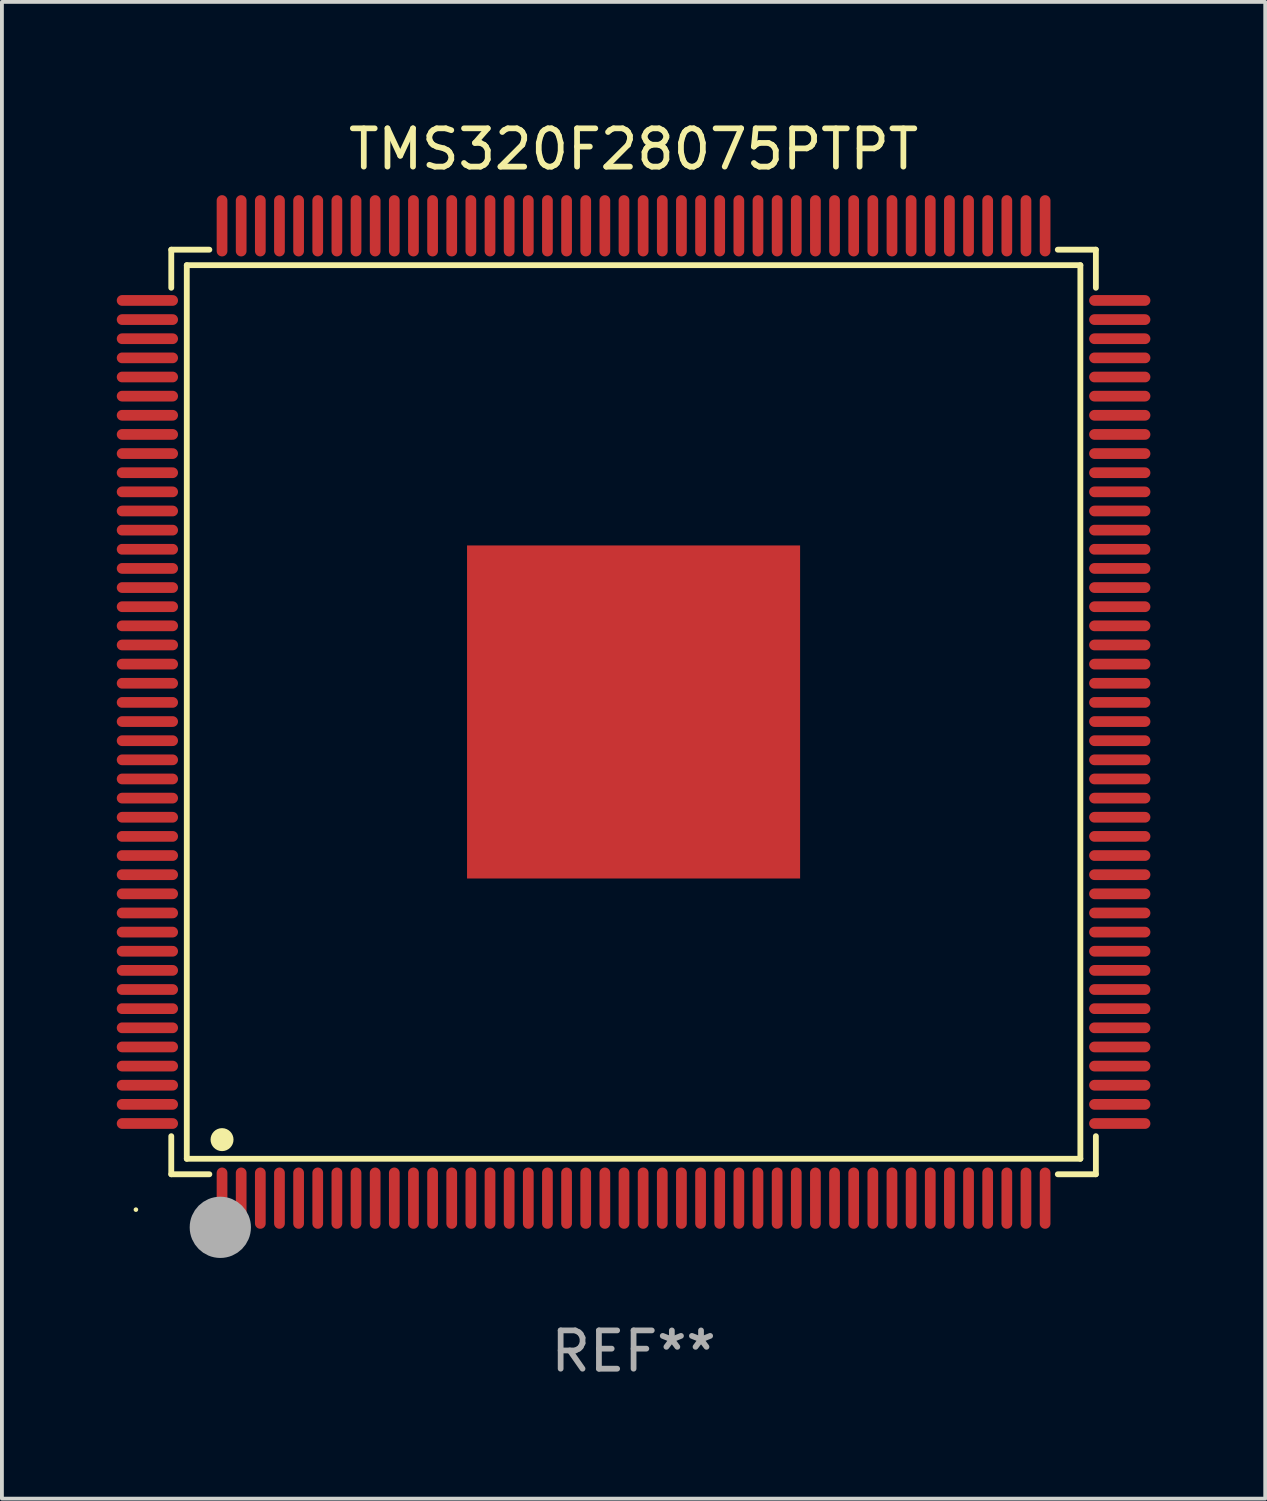
<source format=kicad_pcb>
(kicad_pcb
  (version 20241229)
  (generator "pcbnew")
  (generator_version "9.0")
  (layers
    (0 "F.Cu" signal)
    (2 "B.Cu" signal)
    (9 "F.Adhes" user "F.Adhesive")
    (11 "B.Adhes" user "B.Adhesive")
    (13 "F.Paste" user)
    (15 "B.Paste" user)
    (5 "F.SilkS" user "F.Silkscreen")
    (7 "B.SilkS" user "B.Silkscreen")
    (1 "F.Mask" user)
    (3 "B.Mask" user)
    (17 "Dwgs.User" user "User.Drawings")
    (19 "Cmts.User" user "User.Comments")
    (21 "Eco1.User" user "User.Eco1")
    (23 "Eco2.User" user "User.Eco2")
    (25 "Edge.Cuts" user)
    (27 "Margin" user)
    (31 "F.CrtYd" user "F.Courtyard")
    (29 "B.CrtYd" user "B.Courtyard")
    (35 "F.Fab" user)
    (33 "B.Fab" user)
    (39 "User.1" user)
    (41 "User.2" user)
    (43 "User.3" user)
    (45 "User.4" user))
  (footprint "TMS320F28075PTPT"
    (layer "F.Cu")
    (at 13.5 15.548)
    (property "Reference" "TMS320F28075PTPT" (at 0 -14.7 0) (layer "F.SilkS") (effects (font (size 1 1) (thickness 0.15))))
    (attr through_hole)
    (fp_line (start -12.076 -12.076) (end -11.081 -12.076) (stroke (width 0.152) (type solid)) (layer "F.SilkS"))
    (fp_line (start -12.076 -11.081) (end -12.076 -12.076) (stroke (width 0.152) (type solid)) (layer "F.SilkS"))
    (fp_line (start -12.076 11.081) (end -12.076 12.076) (stroke (width 0.152) (type solid)) (layer "F.SilkS"))
    (fp_line (start -12.076 12.076) (end -11.081 12.076) (stroke (width 0.152) (type solid)) (layer "F.SilkS"))
    (fp_line (start -11.671 -11.671) (end 11.671 -11.671) (stroke (width 0.152) (type solid)) (layer "F.SilkS"))
    (fp_line (start -11.671 11.671) (end -11.671 -11.671) (stroke (width 0.152) (type solid)) (layer "F.SilkS"))
    (fp_line (start 11.671 -11.671) (end 11.671 11.671) (stroke (width 0.152) (type solid)) (layer "F.SilkS"))
    (fp_line (start 11.671 11.671) (end -11.671 11.671) (stroke (width 0.152) (type solid)) (layer "F.SilkS"))
    (fp_line (start 12.076 -12.076) (end 11.081 -12.076) (stroke (width 0.152) (type solid)) (layer "F.SilkS"))
    (fp_line (start 12.076 -11.081) (end 12.076 -12.076) (stroke (width 0.152) (type solid)) (layer "F.SilkS"))
    (fp_line (start 12.076 11.081) (end 12.076 12.076) (stroke (width 0.152) (type solid)) (layer "F.SilkS"))
    (fp_line (start 12.076 12.076) (end 11.081 12.076) (stroke (width 0.152) (type solid)) (layer "F.SilkS"))
    (fp_circle (center -13 13) (end -12.97 13) (stroke (width 0.06) (type solid)) (fill no) (layer "F.SilkS"))
    (fp_circle (center -10.75 11.171) (end -10.6 11.171) (stroke (width 0.3) (type solid)) (fill no) (layer "F.SilkS"))
    (fp_circle (center -10.75 13.8) (end -10.65 13.8) (stroke (width 0.2) (type solid)) (fill no) (layer "F.SilkS"))
    (fp_circle (center -10.795 13.462) (end -10.395 13.462) (stroke (width 0.8) (type solid)) (fill no) (layer "F.Fab"))
    (fp_text user "REF**" (at 0 16.7 0) (layer "F.Fab") (effects (font (size 1 1) (thickness 0.15))))
    (pad "1" smd oval (at -10.75 12.7) (size 0.28 1.6) (layers "F.Cu" "F.Mask" "F.Paste"))
    (pad "2" smd oval (at -10.25 12.7) (size 0.28 1.6) (layers "F.Cu" "F.Mask" "F.Paste"))
    (pad "3" smd oval (at -9.75 12.7) (size 0.28 1.6) (layers "F.Cu" "F.Mask" "F.Paste"))
    (pad "4" smd oval (at -9.25 12.7) (size 0.28 1.6) (layers "F.Cu" "F.Mask" "F.Paste"))
    (pad "5" smd oval (at -8.75 12.7) (size 0.28 1.6) (layers "F.Cu" "F.Mask" "F.Paste"))
    (pad "6" smd oval (at -8.25 12.7) (size 0.28 1.6) (layers "F.Cu" "F.Mask" "F.Paste"))
    (pad "7" smd oval (at -7.75 12.7) (size 0.28 1.6) (layers "F.Cu" "F.Mask" "F.Paste"))
    (pad "8" smd oval (at -7.25 12.7) (size 0.28 1.6) (layers "F.Cu" "F.Mask" "F.Paste"))
    (pad "9" smd oval (at -6.75 12.7) (size 0.28 1.6) (layers "F.Cu" "F.Mask" "F.Paste"))
    (pad "10" smd oval (at -6.25 12.7) (size 0.28 1.6) (layers "F.Cu" "F.Mask" "F.Paste"))
    (pad "11" smd oval (at -5.75 12.7) (size 0.28 1.6) (layers "F.Cu" "F.Mask" "F.Paste"))
    (pad "12" smd oval (at -5.25 12.7) (size 0.28 1.6) (layers "F.Cu" "F.Mask" "F.Paste"))
    (pad "13" smd oval (at -4.75 12.7) (size 0.28 1.6) (layers "F.Cu" "F.Mask" "F.Paste"))
    (pad "14" smd oval (at -4.25 12.7) (size 0.28 1.6) (layers "F.Cu" "F.Mask" "F.Paste"))
    (pad "15" smd oval (at -3.75 12.7) (size 0.28 1.6) (layers "F.Cu" "F.Mask" "F.Paste"))
    (pad "16" smd oval (at -3.25 12.7) (size 0.28 1.6) (layers "F.Cu" "F.Mask" "F.Paste"))
    (pad "17" smd oval (at -2.75 12.7) (size 0.28 1.6) (layers "F.Cu" "F.Mask" "F.Paste"))
    (pad "18" smd oval (at -2.25 12.7) (size 0.28 1.6) (layers "F.Cu" "F.Mask" "F.Paste"))
    (pad "19" smd oval (at -1.75 12.7) (size 0.28 1.6) (layers "F.Cu" "F.Mask" "F.Paste"))
    (pad "20" smd oval (at -1.25 12.7) (size 0.28 1.6) (layers "F.Cu" "F.Mask" "F.Paste"))
    (pad "21" smd oval (at -0.75 12.7) (size 0.28 1.6) (layers "F.Cu" "F.Mask" "F.Paste"))
    (pad "22" smd oval (at -0.25 12.7) (size 0.28 1.6) (layers "F.Cu" "F.Mask" "F.Paste"))
    (pad "23" smd oval (at 0.25 12.7) (size 0.28 1.6) (layers "F.Cu" "F.Mask" "F.Paste"))
    (pad "24" smd oval (at 0.75 12.7) (size 0.28 1.6) (layers "F.Cu" "F.Mask" "F.Paste"))
    (pad "25" smd oval (at 1.25 12.7) (size 0.28 1.6) (layers "F.Cu" "F.Mask" "F.Paste"))
    (pad "26" smd oval (at 1.75 12.7) (size 0.28 1.6) (layers "F.Cu" "F.Mask" "F.Paste"))
    (pad "27" smd oval (at 2.25 12.7) (size 0.28 1.6) (layers "F.Cu" "F.Mask" "F.Paste"))
    (pad "28" smd oval (at 2.75 12.7) (size 0.28 1.6) (layers "F.Cu" "F.Mask" "F.Paste"))
    (pad "29" smd oval (at 3.25 12.7) (size 0.28 1.6) (layers "F.Cu" "F.Mask" "F.Paste"))
    (pad "30" smd oval (at 3.75 12.7) (size 0.28 1.6) (layers "F.Cu" "F.Mask" "F.Paste"))
    (pad "31" smd oval (at 4.25 12.7) (size 0.28 1.6) (layers "F.Cu" "F.Mask" "F.Paste"))
    (pad "32" smd oval (at 4.75 12.7) (size 0.28 1.6) (layers "F.Cu" "F.Mask" "F.Paste"))
    (pad "33" smd oval (at 5.25 12.7) (size 0.28 1.6) (layers "F.Cu" "F.Mask" "F.Paste"))
    (pad "34" smd oval (at 5.75 12.7) (size 0.28 1.6) (layers "F.Cu" "F.Mask" "F.Paste"))
    (pad "35" smd oval (at 6.25 12.7) (size 0.28 1.6) (layers "F.Cu" "F.Mask" "F.Paste"))
    (pad "36" smd oval (at 6.75 12.7) (size 0.28 1.6) (layers "F.Cu" "F.Mask" "F.Paste"))
    (pad "37" smd oval (at 7.25 12.7) (size 0.28 1.6) (layers "F.Cu" "F.Mask" "F.Paste"))
    (pad "38" smd oval (at 7.75 12.7) (size 0.28 1.6) (layers "F.Cu" "F.Mask" "F.Paste"))
    (pad "39" smd oval (at 8.25 12.7) (size 0.28 1.6) (layers "F.Cu" "F.Mask" "F.Paste"))
    (pad "40" smd oval (at 8.75 12.7) (size 0.28 1.6) (layers "F.Cu" "F.Mask" "F.Paste"))
    (pad "41" smd oval (at 9.25 12.7) (size 0.28 1.6) (layers "F.Cu" "F.Mask" "F.Paste"))
    (pad "42" smd oval (at 9.75 12.7) (size 0.28 1.6) (layers "F.Cu" "F.Mask" "F.Paste"))
    (pad "43" smd oval (at 10.25 12.7) (size 0.28 1.6) (layers "F.Cu" "F.Mask" "F.Paste"))
    (pad "44" smd oval (at 10.75 12.7) (size 0.28 1.6) (layers "F.Cu" "F.Mask" "F.Paste"))
    (pad "45" smd oval (at 12.7 10.75) (size 1.6 0.28) (layers "F.Cu" "F.Mask" "F.Paste"))
    (pad "46" smd oval (at 12.7 10.25) (size 1.6 0.28) (layers "F.Cu" "F.Mask" "F.Paste"))
    (pad "47" smd oval (at 12.7 9.75) (size 1.6 0.28) (layers "F.Cu" "F.Mask" "F.Paste"))
    (pad "48" smd oval (at 12.7 9.25) (size 1.6 0.28) (layers "F.Cu" "F.Mask" "F.Paste"))
    (pad "49" smd oval (at 12.7 8.75) (size 1.6 0.28) (layers "F.Cu" "F.Mask" "F.Paste"))
    (pad "50" smd oval (at 12.7 8.25) (size 1.6 0.28) (layers "F.Cu" "F.Mask" "F.Paste"))
    (pad "51" smd oval (at 12.7 7.75) (size 1.6 0.28) (layers "F.Cu" "F.Mask" "F.Paste"))
    (pad "52" smd oval (at 12.7 7.25) (size 1.6 0.28) (layers "F.Cu" "F.Mask" "F.Paste"))
    (pad "53" smd oval (at 12.7 6.75) (size 1.6 0.28) (layers "F.Cu" "F.Mask" "F.Paste"))
    (pad "54" smd oval (at 12.7 6.25) (size 1.6 0.28) (layers "F.Cu" "F.Mask" "F.Paste"))
    (pad "55" smd oval (at 12.7 5.75) (size 1.6 0.28) (layers "F.Cu" "F.Mask" "F.Paste"))
    (pad "56" smd oval (at 12.7 5.25) (size 1.6 0.28) (layers "F.Cu" "F.Mask" "F.Paste"))
    (pad "57" smd oval (at 12.7 4.75) (size 1.6 0.28) (layers "F.Cu" "F.Mask" "F.Paste"))
    (pad "58" smd oval (at 12.7 4.25) (size 1.6 0.28) (layers "F.Cu" "F.Mask" "F.Paste"))
    (pad "59" smd oval (at 12.7 3.75) (size 1.6 0.28) (layers "F.Cu" "F.Mask" "F.Paste"))
    (pad "60" smd oval (at 12.7 3.25) (size 1.6 0.28) (layers "F.Cu" "F.Mask" "F.Paste"))
    (pad "61" smd oval (at 12.7 2.75) (size 1.6 0.28) (layers "F.Cu" "F.Mask" "F.Paste"))
    (pad "62" smd oval (at 12.7 2.25) (size 1.6 0.28) (layers "F.Cu" "F.Mask" "F.Paste"))
    (pad "63" smd oval (at 12.7 1.75) (size 1.6 0.28) (layers "F.Cu" "F.Mask" "F.Paste"))
    (pad "64" smd oval (at 12.7 1.25) (size 1.6 0.28) (layers "F.Cu" "F.Mask" "F.Paste"))
    (pad "65" smd oval (at 12.7 0.75) (size 1.6 0.28) (layers "F.Cu" "F.Mask" "F.Paste"))
    (pad "66" smd oval (at 12.7 0.25) (size 1.6 0.28) (layers "F.Cu" "F.Mask" "F.Paste"))
    (pad "67" smd oval (at 12.7 -0.25) (size 1.6 0.28) (layers "F.Cu" "F.Mask" "F.Paste"))
    (pad "68" smd oval (at 12.7 -0.75) (size 1.6 0.28) (layers "F.Cu" "F.Mask" "F.Paste"))
    (pad "69" smd oval (at 12.7 -1.25) (size 1.6 0.28) (layers "F.Cu" "F.Mask" "F.Paste"))
    (pad "70" smd oval (at 12.7 -1.75) (size 1.6 0.28) (layers "F.Cu" "F.Mask" "F.Paste"))
    (pad "71" smd oval (at 12.7 -2.25) (size 1.6 0.28) (layers "F.Cu" "F.Mask" "F.Paste"))
    (pad "72" smd oval (at 12.7 -2.75) (size 1.6 0.28) (layers "F.Cu" "F.Mask" "F.Paste"))
    (pad "73" smd oval (at 12.7 -3.25) (size 1.6 0.28) (layers "F.Cu" "F.Mask" "F.Paste"))
    (pad "74" smd oval (at 12.7 -3.75) (size 1.6 0.28) (layers "F.Cu" "F.Mask" "F.Paste"))
    (pad "75" smd oval (at 12.7 -4.25) (size 1.6 0.28) (layers "F.Cu" "F.Mask" "F.Paste"))
    (pad "76" smd oval (at 12.7 -4.75) (size 1.6 0.28) (layers "F.Cu" "F.Mask" "F.Paste"))
    (pad "77" smd oval (at 12.7 -5.25) (size 1.6 0.28) (layers "F.Cu" "F.Mask" "F.Paste"))
    (pad "78" smd oval (at 12.7 -5.75) (size 1.6 0.28) (layers "F.Cu" "F.Mask" "F.Paste"))
    (pad "79" smd oval (at 12.7 -6.25) (size 1.6 0.28) (layers "F.Cu" "F.Mask" "F.Paste"))
    (pad "80" smd oval (at 12.7 -6.75) (size 1.6 0.28) (layers "F.Cu" "F.Mask" "F.Paste"))
    (pad "81" smd oval (at 12.7 -7.25) (size 1.6 0.28) (layers "F.Cu" "F.Mask" "F.Paste"))
    (pad "82" smd oval (at 12.7 -7.75) (size 1.6 0.28) (layers "F.Cu" "F.Mask" "F.Paste"))
    (pad "83" smd oval (at 12.7 -8.25) (size 1.6 0.28) (layers "F.Cu" "F.Mask" "F.Paste"))
    (pad "84" smd oval (at 12.7 -8.75) (size 1.6 0.28) (layers "F.Cu" "F.Mask" "F.Paste"))
    (pad "85" smd oval (at 12.7 -9.25) (size 1.6 0.28) (layers "F.Cu" "F.Mask" "F.Paste"))
    (pad "86" smd oval (at 12.7 -9.75) (size 1.6 0.28) (layers "F.Cu" "F.Mask" "F.Paste"))
    (pad "87" smd oval (at 12.7 -10.25) (size 1.6 0.28) (layers "F.Cu" "F.Mask" "F.Paste"))
    (pad "88" smd oval (at 12.7 -10.75) (size 1.6 0.28) (layers "F.Cu" "F.Mask" "F.Paste"))
    (pad "89" smd oval (at 10.75 -12.7) (size 0.28 1.6) (layers "F.Cu" "F.Mask" "F.Paste"))
    (pad "90" smd oval (at 10.25 -12.7) (size 0.28 1.6) (layers "F.Cu" "F.Mask" "F.Paste"))
    (pad "91" smd oval (at 9.75 -12.7) (size 0.28 1.6) (layers "F.Cu" "F.Mask" "F.Paste"))
    (pad "92" smd oval (at 9.25 -12.7) (size 0.28 1.6) (layers "F.Cu" "F.Mask" "F.Paste"))
    (pad "93" smd oval (at 8.75 -12.7) (size 0.28 1.6) (layers "F.Cu" "F.Mask" "F.Paste"))
    (pad "94" smd oval (at 8.25 -12.7) (size 0.28 1.6) (layers "F.Cu" "F.Mask" "F.Paste"))
    (pad "95" smd oval (at 7.75 -12.7) (size 0.28 1.6) (layers "F.Cu" "F.Mask" "F.Paste"))
    (pad "96" smd oval (at 7.25 -12.7) (size 0.28 1.6) (layers "F.Cu" "F.Mask" "F.Paste"))
    (pad "97" smd oval (at 6.75 -12.7) (size 0.28 1.6) (layers "F.Cu" "F.Mask" "F.Paste"))
    (pad "98" smd oval (at 6.25 -12.7) (size 0.28 1.6) (layers "F.Cu" "F.Mask" "F.Paste"))
    (pad "99" smd oval (at 5.75 -12.7) (size 0.28 1.6) (layers "F.Cu" "F.Mask" "F.Paste"))
    (pad "100" smd oval (at 5.25 -12.7) (size 0.28 1.6) (layers "F.Cu" "F.Mask" "F.Paste"))
    (pad "101" smd oval (at 4.75 -12.7) (size 0.28 1.6) (layers "F.Cu" "F.Mask" "F.Paste"))
    (pad "102" smd oval (at 4.25 -12.7) (size 0.28 1.6) (layers "F.Cu" "F.Mask" "F.Paste"))
    (pad "103" smd oval (at 3.75 -12.7) (size 0.28 1.6) (layers "F.Cu" "F.Mask" "F.Paste"))
    (pad "104" smd oval (at 3.25 -12.7) (size 0.28 1.6) (layers "F.Cu" "F.Mask" "F.Paste"))
    (pad "105" smd oval (at 2.75 -12.7) (size 0.28 1.6) (layers "F.Cu" "F.Mask" "F.Paste"))
    (pad "106" smd oval (at 2.25 -12.7) (size 0.28 1.6) (layers "F.Cu" "F.Mask" "F.Paste"))
    (pad "107" smd oval (at 1.75 -12.7) (size 0.28 1.6) (layers "F.Cu" "F.Mask" "F.Paste"))
    (pad "108" smd oval (at 1.25 -12.7) (size 0.28 1.6) (layers "F.Cu" "F.Mask" "F.Paste"))
    (pad "109" smd oval (at 0.75 -12.7) (size 0.28 1.6) (layers "F.Cu" "F.Mask" "F.Paste"))
    (pad "110" smd oval (at 0.25 -12.7) (size 0.28 1.6) (layers "F.Cu" "F.Mask" "F.Paste"))
    (pad "111" smd oval (at -0.25 -12.7) (size 0.28 1.6) (layers "F.Cu" "F.Mask" "F.Paste"))
    (pad "112" smd oval (at -0.75 -12.7) (size 0.28 1.6) (layers "F.Cu" "F.Mask" "F.Paste"))
    (pad "113" smd oval (at -1.25 -12.7) (size 0.28 1.6) (layers "F.Cu" "F.Mask" "F.Paste"))
    (pad "114" smd oval (at -1.75 -12.7) (size 0.28 1.6) (layers "F.Cu" "F.Mask" "F.Paste"))
    (pad "115" smd oval (at -2.25 -12.7) (size 0.28 1.6) (layers "F.Cu" "F.Mask" "F.Paste"))
    (pad "116" smd oval (at -2.75 -12.7) (size 0.28 1.6) (layers "F.Cu" "F.Mask" "F.Paste"))
    (pad "117" smd oval (at -3.25 -12.7) (size 0.28 1.6) (layers "F.Cu" "F.Mask" "F.Paste"))
    (pad "118" smd oval (at -3.75 -12.7) (size 0.28 1.6) (layers "F.Cu" "F.Mask" "F.Paste"))
    (pad "119" smd oval (at -4.25 -12.7) (size 0.28 1.6) (layers "F.Cu" "F.Mask" "F.Paste"))
    (pad "120" smd oval (at -4.75 -12.7) (size 0.28 1.6) (layers "F.Cu" "F.Mask" "F.Paste"))
    (pad "121" smd oval (at -5.25 -12.7) (size 0.28 1.6) (layers "F.Cu" "F.Mask" "F.Paste"))
    (pad "122" smd oval (at -5.75 -12.7) (size 0.28 1.6) (layers "F.Cu" "F.Mask" "F.Paste"))
    (pad "123" smd oval (at -6.25 -12.7) (size 0.28 1.6) (layers "F.Cu" "F.Mask" "F.Paste"))
    (pad "124" smd oval (at -6.75 -12.7) (size 0.28 1.6) (layers "F.Cu" "F.Mask" "F.Paste"))
    (pad "125" smd oval (at -7.25 -12.7) (size 0.28 1.6) (layers "F.Cu" "F.Mask" "F.Paste"))
    (pad "126" smd oval (at -7.75 -12.7) (size 0.28 1.6) (layers "F.Cu" "F.Mask" "F.Paste"))
    (pad "127" smd oval (at -8.25 -12.7) (size 0.28 1.6) (layers "F.Cu" "F.Mask" "F.Paste"))
    (pad "128" smd oval (at -8.75 -12.7) (size 0.28 1.6) (layers "F.Cu" "F.Mask" "F.Paste"))
    (pad "129" smd oval (at -9.25 -12.7) (size 0.28 1.6) (layers "F.Cu" "F.Mask" "F.Paste"))
    (pad "130" smd oval (at -9.75 -12.7) (size 0.28 1.6) (layers "F.Cu" "F.Mask" "F.Paste"))
    (pad "131" smd oval (at -10.25 -12.7) (size 0.28 1.6) (layers "F.Cu" "F.Mask" "F.Paste"))
    (pad "132" smd oval (at -10.75 -12.7) (size 0.28 1.6) (layers "F.Cu" "F.Mask" "F.Paste"))
    (pad "133" smd oval (at -12.7 -10.75) (size 1.6 0.28) (layers "F.Cu" "F.Mask" "F.Paste"))
    (pad "134" smd oval (at -12.7 -10.25) (size 1.6 0.28) (layers "F.Cu" "F.Mask" "F.Paste"))
    (pad "135" smd oval (at -12.7 -9.75) (size 1.6 0.28) (layers "F.Cu" "F.Mask" "F.Paste"))
    (pad "136" smd oval (at -12.7 -9.25) (size 1.6 0.28) (layers "F.Cu" "F.Mask" "F.Paste"))
    (pad "137" smd oval (at -12.7 -8.75) (size 1.6 0.28) (layers "F.Cu" "F.Mask" "F.Paste"))
    (pad "138" smd oval (at -12.7 -8.25) (size 1.6 0.28) (layers "F.Cu" "F.Mask" "F.Paste"))
    (pad "139" smd oval (at -12.7 -7.75) (size 1.6 0.28) (layers "F.Cu" "F.Mask" "F.Paste"))
    (pad "140" smd oval (at -12.7 -7.25) (size 1.6 0.28) (layers "F.Cu" "F.Mask" "F.Paste"))
    (pad "141" smd oval (at -12.7 -6.75) (size 1.6 0.28) (layers "F.Cu" "F.Mask" "F.Paste"))
    (pad "142" smd oval (at -12.7 -6.25) (size 1.6 0.28) (layers "F.Cu" "F.Mask" "F.Paste"))
    (pad "143" smd oval (at -12.7 -5.75) (size 1.6 0.28) (layers "F.Cu" "F.Mask" "F.Paste"))
    (pad "144" smd oval (at -12.7 -5.25) (size 1.6 0.28) (layers "F.Cu" "F.Mask" "F.Paste"))
    (pad "145" smd oval (at -12.7 -4.75) (size 1.6 0.28) (layers "F.Cu" "F.Mask" "F.Paste"))
    (pad "146" smd oval (at -12.7 -4.25) (size 1.6 0.28) (layers "F.Cu" "F.Mask" "F.Paste"))
    (pad "147" smd oval (at -12.7 -3.75) (size 1.6 0.28) (layers "F.Cu" "F.Mask" "F.Paste"))
    (pad "148" smd oval (at -12.7 -3.25) (size 1.6 0.28) (layers "F.Cu" "F.Mask" "F.Paste"))
    (pad "149" smd oval (at -12.7 -2.75) (size 1.6 0.28) (layers "F.Cu" "F.Mask" "F.Paste"))
    (pad "150" smd oval (at -12.7 -2.25) (size 1.6 0.28) (layers "F.Cu" "F.Mask" "F.Paste"))
    (pad "151" smd oval (at -12.7 -1.75) (size 1.6 0.28) (layers "F.Cu" "F.Mask" "F.Paste"))
    (pad "152" smd oval (at -12.7 -1.25) (size 1.6 0.28) (layers "F.Cu" "F.Mask" "F.Paste"))
    (pad "153" smd oval (at -12.7 -0.75) (size 1.6 0.28) (layers "F.Cu" "F.Mask" "F.Paste"))
    (pad "154" smd oval (at -12.7 -0.25) (size 1.6 0.28) (layers "F.Cu" "F.Mask" "F.Paste"))
    (pad "155" smd oval (at -12.7 0.25) (size 1.6 0.28) (layers "F.Cu" "F.Mask" "F.Paste"))
    (pad "156" smd oval (at -12.7 0.75) (size 1.6 0.28) (layers "F.Cu" "F.Mask" "F.Paste"))
    (pad "157" smd oval (at -12.7 1.25) (size 1.6 0.28) (layers "F.Cu" "F.Mask" "F.Paste"))
    (pad "158" smd oval (at -12.7 1.75) (size 1.6 0.28) (layers "F.Cu" "F.Mask" "F.Paste"))
    (pad "159" smd oval (at -12.7 2.25) (size 1.6 0.28) (layers "F.Cu" "F.Mask" "F.Paste"))
    (pad "160" smd oval (at -12.7 2.75) (size 1.6 0.28) (layers "F.Cu" "F.Mask" "F.Paste"))
    (pad "161" smd oval (at -12.7 3.25) (size 1.6 0.28) (layers "F.Cu" "F.Mask" "F.Paste"))
    (pad "162" smd oval (at -12.7 3.75) (size 1.6 0.28) (layers "F.Cu" "F.Mask" "F.Paste"))
    (pad "163" smd oval (at -12.7 4.25) (size 1.6 0.28) (layers "F.Cu" "F.Mask" "F.Paste"))
    (pad "164" smd oval (at -12.7 4.75) (size 1.6 0.28) (layers "F.Cu" "F.Mask" "F.Paste"))
    (pad "165" smd oval (at -12.7 5.25) (size 1.6 0.28) (layers "F.Cu" "F.Mask" "F.Paste"))
    (pad "166" smd oval (at -12.7 5.75) (size 1.6 0.28) (layers "F.Cu" "F.Mask" "F.Paste"))
    (pad "167" smd oval (at -12.7 6.25) (size 1.6 0.28) (layers "F.Cu" "F.Mask" "F.Paste"))
    (pad "168" smd oval (at -12.7 6.75) (size 1.6 0.28) (layers "F.Cu" "F.Mask" "F.Paste"))
    (pad "169" smd oval (at -12.7 7.25) (size 1.6 0.28) (layers "F.Cu" "F.Mask" "F.Paste"))
    (pad "170" smd oval (at -12.7 7.75) (size 1.6 0.28) (layers "F.Cu" "F.Mask" "F.Paste"))
    (pad "171" smd oval (at -12.7 8.25) (size 1.6 0.28) (layers "F.Cu" "F.Mask" "F.Paste"))
    (pad "172" smd oval (at -12.7 8.75) (size 1.6 0.28) (layers "F.Cu" "F.Mask" "F.Paste"))
    (pad "173" smd oval (at -12.7 9.25) (size 1.6 0.28) (layers "F.Cu" "F.Mask" "F.Paste"))
    (pad "174" smd oval (at -12.7 9.75) (size 1.6 0.28) (layers "F.Cu" "F.Mask" "F.Paste"))
    (pad "175" smd oval (at -12.7 10.25) (size 1.6 0.28) (layers "F.Cu" "F.Mask" "F.Paste"))
    (pad "176" smd oval (at -12.7 10.75) (size 1.6 0.28) (layers "F.Cu" "F.Mask" "F.Paste"))
    (pad "177" smd rect (at 0 0) (size 8.7 8.7) (layers "F.Cu" "F.Mask" "F.Paste")))
  (gr_rect
    (start -3 -3)
    (end 30 36.097)
    (stroke (width 0.1) (type default))
    (fill no)
    (layer "Edge.Cuts")))
</source>
